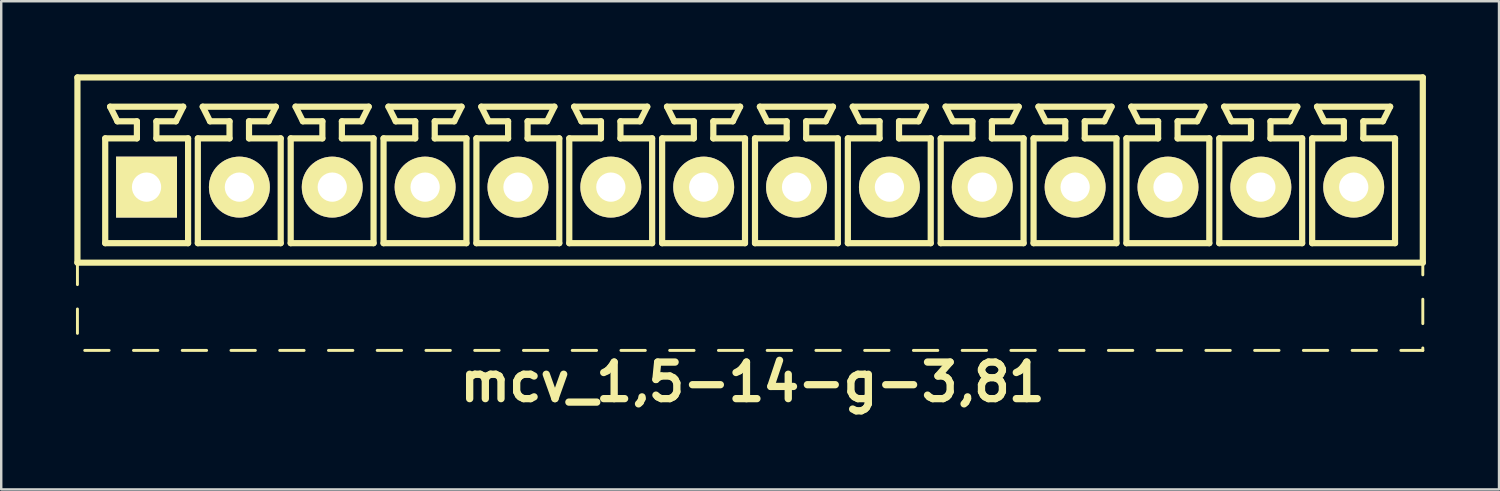
<source format=kicad_pcb>
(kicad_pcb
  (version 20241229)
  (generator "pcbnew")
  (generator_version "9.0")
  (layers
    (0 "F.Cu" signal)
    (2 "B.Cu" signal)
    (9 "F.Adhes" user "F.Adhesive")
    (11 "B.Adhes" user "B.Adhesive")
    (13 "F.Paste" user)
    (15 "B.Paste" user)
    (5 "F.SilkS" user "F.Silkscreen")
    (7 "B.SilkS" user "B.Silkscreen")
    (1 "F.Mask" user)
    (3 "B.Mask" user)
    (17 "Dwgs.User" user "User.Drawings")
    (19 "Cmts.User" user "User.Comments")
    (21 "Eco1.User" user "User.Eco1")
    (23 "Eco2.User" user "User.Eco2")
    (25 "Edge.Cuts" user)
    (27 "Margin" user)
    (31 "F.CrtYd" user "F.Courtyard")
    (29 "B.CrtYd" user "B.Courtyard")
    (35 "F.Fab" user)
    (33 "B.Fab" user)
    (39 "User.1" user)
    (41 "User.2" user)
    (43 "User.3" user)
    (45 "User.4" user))
  (footprint "mcv_1,5-14-g-3,81"
    (layer "F.Cu")
    (at 27.727 4.627)
    (property "Reference" "mcv_1,5-14-g-3,81" (at 0.1 8 0) (layer "F.SilkS") (effects (font (size 1.5 1.5) (thickness 0.3))))
    (attr through_hole)
    (fp_line (start -27.6 -4.5) (end -27.6 3.1) (stroke (width 0.254) (type solid)) (layer "F.SilkS"))
    (fp_line (start -27.6 -4.5) (end 27.6 -4.5) (stroke (width 0.254) (type solid)) (layer "F.SilkS"))
    (fp_line (start -27.6 3.1) (end -27.6 4) (stroke (width 0.12) (type solid)) (layer "F.SilkS"))
    (fp_line (start -27.6 3.1) (end 27.6 3.1) (stroke (width 0.254) (type solid)) (layer "F.SilkS"))
    (fp_line (start -27.6 5) (end -27.6 6) (stroke (width 0.12) (type solid)) (layer "F.SilkS"))
    (fp_line (start -27.3 6.7) (end -26.3 6.7) (stroke (width 0.12) (type solid)) (layer "F.SilkS"))
    (fp_line (start -26.46 -2) (end -25.16 -2) (stroke (width 0.254) (type solid)) (layer "F.SilkS"))
    (fp_line (start -26.46 2.3) (end -26.46 -2) (stroke (width 0.254) (type solid)) (layer "F.SilkS"))
    (fp_line (start -26.26 -3.3) (end -23.26 -3.3) (stroke (width 0.254) (type solid)) (layer "F.SilkS"))
    (fp_line (start -25.96 -2.7) (end -26.26 -3.3) (stroke (width 0.254) (type solid)) (layer "F.SilkS"))
    (fp_line (start -25.3 6.7) (end -24.3 6.7) (stroke (width 0.12) (type solid)) (layer "F.SilkS"))
    (fp_line (start -25.16 -2.7) (end -25.96 -2.7) (stroke (width 0.254) (type solid)) (layer "F.SilkS"))
    (fp_line (start -25.16 -2) (end -25.16 -2.7) (stroke (width 0.254) (type solid)) (layer "F.SilkS"))
    (fp_line (start -24.36 -2.7) (end -24.36 -2) (stroke (width 0.254) (type solid)) (layer "F.SilkS"))
    (fp_line (start -24.36 -2) (end -23.06 -2) (stroke (width 0.254) (type solid)) (layer "F.SilkS"))
    (fp_line (start -23.56 -2.7) (end -24.36 -2.7) (stroke (width 0.254) (type solid)) (layer "F.SilkS"))
    (fp_line (start -23.56 -2.7) (end -23.26 -3.3) (stroke (width 0.254) (type solid)) (layer "F.SilkS"))
    (fp_line (start -23.3 6.7) (end -22.3 6.7) (stroke (width 0.12) (type solid)) (layer "F.SilkS"))
    (fp_line (start -23.06 -2) (end -23.06 2.3) (stroke (width 0.254) (type solid)) (layer "F.SilkS"))
    (fp_line (start -23.06 2.3) (end -26.46 2.3) (stroke (width 0.254) (type solid)) (layer "F.SilkS"))
    (fp_line (start -22.66 -2) (end -21.36 -2) (stroke (width 0.254) (type solid)) (layer "F.SilkS"))
    (fp_line (start -22.66 2.3) (end -22.66 -2) (stroke (width 0.254) (type solid)) (layer "F.SilkS"))
    (fp_line (start -22.46 -3.3) (end -19.46 -3.3) (stroke (width 0.254) (type solid)) (layer "F.SilkS"))
    (fp_line (start -22.16 -2.7) (end -22.46 -3.3) (stroke (width 0.254) (type solid)) (layer "F.SilkS"))
    (fp_line (start -21.36 -2.7) (end -22.16 -2.7) (stroke (width 0.254) (type solid)) (layer "F.SilkS"))
    (fp_line (start -21.36 -2) (end -21.36 -2.7) (stroke (width 0.254) (type solid)) (layer "F.SilkS"))
    (fp_line (start -21.3 6.7) (end -20.3 6.7) (stroke (width 0.12) (type solid)) (layer "F.SilkS"))
    (fp_line (start -20.56 -2.7) (end -20.56 -2) (stroke (width 0.254) (type solid)) (layer "F.SilkS"))
    (fp_line (start -20.56 -2) (end -19.26 -2) (stroke (width 0.254) (type solid)) (layer "F.SilkS"))
    (fp_line (start -19.76 -2.7) (end -20.56 -2.7) (stroke (width 0.254) (type solid)) (layer "F.SilkS"))
    (fp_line (start -19.76 -2.7) (end -19.46 -3.3) (stroke (width 0.254) (type solid)) (layer "F.SilkS"))
    (fp_line (start -19.3 6.7) (end -18.3 6.7) (stroke (width 0.12) (type solid)) (layer "F.SilkS"))
    (fp_line (start -19.26 -2) (end -19.26 2.3) (stroke (width 0.254) (type solid)) (layer "F.SilkS"))
    (fp_line (start -19.26 2.3) (end -22.66 2.3) (stroke (width 0.254) (type solid)) (layer "F.SilkS"))
    (fp_line (start -18.85 -2) (end -17.55 -2) (stroke (width 0.254) (type solid)) (layer "F.SilkS"))
    (fp_line (start -18.85 2.3) (end -18.85 -2) (stroke (width 0.254) (type solid)) (layer "F.SilkS"))
    (fp_line (start -18.65 -3.3) (end -15.65 -3.3) (stroke (width 0.254) (type solid)) (layer "F.SilkS"))
    (fp_line (start -18.35 -2.7) (end -18.65 -3.3) (stroke (width 0.254) (type solid)) (layer "F.SilkS"))
    (fp_line (start -17.55 -2.7) (end -18.35 -2.7) (stroke (width 0.254) (type solid)) (layer "F.SilkS"))
    (fp_line (start -17.55 -2) (end -17.55 -2.7) (stroke (width 0.254) (type solid)) (layer "F.SilkS"))
    (fp_line (start -17.3 6.7) (end -16.3 6.7) (stroke (width 0.12) (type solid)) (layer "F.SilkS"))
    (fp_line (start -16.75 -2.7) (end -16.75 -2) (stroke (width 0.254) (type solid)) (layer "F.SilkS"))
    (fp_line (start -16.75 -2) (end -15.45 -2) (stroke (width 0.254) (type solid)) (layer "F.SilkS"))
    (fp_line (start -15.95 -2.7) (end -16.75 -2.7) (stroke (width 0.254) (type solid)) (layer "F.SilkS"))
    (fp_line (start -15.95 -2.7) (end -15.65 -3.3) (stroke (width 0.254) (type solid)) (layer "F.SilkS"))
    (fp_line (start -15.45 -2) (end -15.45 2.3) (stroke (width 0.254) (type solid)) (layer "F.SilkS"))
    (fp_line (start -15.45 2.3) (end -18.85 2.3) (stroke (width 0.254) (type solid)) (layer "F.SilkS"))
    (fp_line (start -15.3 6.7) (end -14.3 6.7) (stroke (width 0.12) (type solid)) (layer "F.SilkS"))
    (fp_line (start -15.04 -2) (end -13.74 -2) (stroke (width 0.254) (type solid)) (layer "F.SilkS"))
    (fp_line (start -15.04 2.3) (end -15.04 -2) (stroke (width 0.254) (type solid)) (layer "F.SilkS"))
    (fp_line (start -14.84 -3.3) (end -11.84 -3.3) (stroke (width 0.254) (type solid)) (layer "F.SilkS"))
    (fp_line (start -14.54 -2.7) (end -14.84 -3.3) (stroke (width 0.254) (type solid)) (layer "F.SilkS"))
    (fp_line (start -13.74 -2.7) (end -14.54 -2.7) (stroke (width 0.254) (type solid)) (layer "F.SilkS"))
    (fp_line (start -13.74 -2) (end -13.74 -2.7) (stroke (width 0.254) (type solid)) (layer "F.SilkS"))
    (fp_line (start -13.3 6.7) (end -12.3 6.7) (stroke (width 0.12) (type solid)) (layer "F.SilkS"))
    (fp_line (start -12.94 -2.7) (end -12.94 -2) (stroke (width 0.254) (type solid)) (layer "F.SilkS"))
    (fp_line (start -12.94 -2) (end -11.64 -2) (stroke (width 0.254) (type solid)) (layer "F.SilkS"))
    (fp_line (start -12.14 -2.7) (end -12.94 -2.7) (stroke (width 0.254) (type solid)) (layer "F.SilkS"))
    (fp_line (start -12.14 -2.7) (end -11.84 -3.3) (stroke (width 0.254) (type solid)) (layer "F.SilkS"))
    (fp_line (start -11.64 -2) (end -11.64 2.3) (stroke (width 0.254) (type solid)) (layer "F.SilkS"))
    (fp_line (start -11.64 2.3) (end -15.04 2.3) (stroke (width 0.254) (type solid)) (layer "F.SilkS"))
    (fp_line (start -11.3 6.7) (end -10.3 6.7) (stroke (width 0.12) (type solid)) (layer "F.SilkS"))
    (fp_line (start -11.23 -2) (end -9.93 -2) (stroke (width 0.254) (type solid)) (layer "F.SilkS"))
    (fp_line (start -11.23 2.3) (end -11.23 -2) (stroke (width 0.254) (type solid)) (layer "F.SilkS"))
    (fp_line (start -11.03 -3.3) (end -8.03 -3.3) (stroke (width 0.254) (type solid)) (layer "F.SilkS"))
    (fp_line (start -10.73 -2.7) (end -11.03 -3.3) (stroke (width 0.254) (type solid)) (layer "F.SilkS"))
    (fp_line (start -9.93 -2.7) (end -10.73 -2.7) (stroke (width 0.254) (type solid)) (layer "F.SilkS"))
    (fp_line (start -9.93 -2) (end -9.93 -2.7) (stroke (width 0.254) (type solid)) (layer "F.SilkS"))
    (fp_line (start -9.3 6.7) (end -8.3 6.7) (stroke (width 0.12) (type solid)) (layer "F.SilkS"))
    (fp_line (start -9.13 -2.7) (end -9.13 -2) (stroke (width 0.254) (type solid)) (layer "F.SilkS"))
    (fp_line (start -9.13 -2) (end -7.83 -2) (stroke (width 0.254) (type solid)) (layer "F.SilkS"))
    (fp_line (start -8.33 -2.7) (end -9.13 -2.7) (stroke (width 0.254) (type solid)) (layer "F.SilkS"))
    (fp_line (start -8.33 -2.7) (end -8.03 -3.3) (stroke (width 0.254) (type solid)) (layer "F.SilkS"))
    (fp_line (start -7.83 -2) (end -7.83 2.3) (stroke (width 0.254) (type solid)) (layer "F.SilkS"))
    (fp_line (start -7.83 2.3) (end -11.23 2.3) (stroke (width 0.254) (type solid)) (layer "F.SilkS"))
    (fp_line (start -7.42 -2) (end -6.12 -2) (stroke (width 0.254) (type solid)) (layer "F.SilkS"))
    (fp_line (start -7.42 2.3) (end -7.42 -2) (stroke (width 0.254) (type solid)) (layer "F.SilkS"))
    (fp_line (start -7.3 6.7) (end -6.3 6.7) (stroke (width 0.12) (type solid)) (layer "F.SilkS"))
    (fp_line (start -7.22 -3.3) (end -4.22 -3.3) (stroke (width 0.254) (type solid)) (layer "F.SilkS"))
    (fp_line (start -6.92 -2.7) (end -7.22 -3.3) (stroke (width 0.254) (type solid)) (layer "F.SilkS"))
    (fp_line (start -6.12 -2.7) (end -6.92 -2.7) (stroke (width 0.254) (type solid)) (layer "F.SilkS"))
    (fp_line (start -6.12 -2) (end -6.12 -2.7) (stroke (width 0.254) (type solid)) (layer "F.SilkS"))
    (fp_line (start -5.32 -2.7) (end -5.32 -2) (stroke (width 0.254) (type solid)) (layer "F.SilkS"))
    (fp_line (start -5.32 -2) (end -4.02 -2) (stroke (width 0.254) (type solid)) (layer "F.SilkS"))
    (fp_line (start -5.3 6.7) (end -4.3 6.7) (stroke (width 0.12) (type solid)) (layer "F.SilkS"))
    (fp_line (start -4.52 -2.7) (end -5.32 -2.7) (stroke (width 0.254) (type solid)) (layer "F.SilkS"))
    (fp_line (start -4.52 -2.7) (end -4.22 -3.3) (stroke (width 0.254) (type solid)) (layer "F.SilkS"))
    (fp_line (start -4.02 -2) (end -4.02 2.3) (stroke (width 0.254) (type solid)) (layer "F.SilkS"))
    (fp_line (start -4.02 2.3) (end -7.42 2.3) (stroke (width 0.254) (type solid)) (layer "F.SilkS"))
    (fp_line (start -3.61 -2) (end -2.31 -2) (stroke (width 0.254) (type solid)) (layer "F.SilkS"))
    (fp_line (start -3.61 2.3) (end -3.61 -2) (stroke (width 0.254) (type solid)) (layer "F.SilkS"))
    (fp_line (start -3.41 -3.3) (end -0.41 -3.3) (stroke (width 0.254) (type solid)) (layer "F.SilkS"))
    (fp_line (start -3.3 6.7) (end -2.3 6.7) (stroke (width 0.12) (type solid)) (layer "F.SilkS"))
    (fp_line (start -3.11 -2.7) (end -3.41 -3.3) (stroke (width 0.254) (type solid)) (layer "F.SilkS"))
    (fp_line (start -2.31 -2.7) (end -3.11 -2.7) (stroke (width 0.254) (type solid)) (layer "F.SilkS"))
    (fp_line (start -2.31 -2) (end -2.31 -2.7) (stroke (width 0.254) (type solid)) (layer "F.SilkS"))
    (fp_line (start -1.51 -2.7) (end -1.51 -2) (stroke (width 0.254) (type solid)) (layer "F.SilkS"))
    (fp_line (start -1.51 -2) (end -0.21 -2) (stroke (width 0.254) (type solid)) (layer "F.SilkS"))
    (fp_line (start -1.3 6.7) (end -0.3 6.7) (stroke (width 0.12) (type solid)) (layer "F.SilkS"))
    (fp_line (start -0.71 -2.7) (end -1.51 -2.7) (stroke (width 0.254) (type solid)) (layer "F.SilkS"))
    (fp_line (start -0.71 -2.7) (end -0.41 -3.3) (stroke (width 0.254) (type solid)) (layer "F.SilkS"))
    (fp_line (start -0.21 -2) (end -0.21 2.3) (stroke (width 0.254) (type solid)) (layer "F.SilkS"))
    (fp_line (start -0.21 2.3) (end -3.61 2.3) (stroke (width 0.254) (type solid)) (layer "F.SilkS"))
    (fp_line (start 0.2 -2) (end 1.5 -2) (stroke (width 0.254) (type solid)) (layer "F.SilkS"))
    (fp_line (start 0.2 2.3) (end 0.2 -2) (stroke (width 0.254) (type solid)) (layer "F.SilkS"))
    (fp_line (start 0.4 -3.3) (end 3.4 -3.3) (stroke (width 0.254) (type solid)) (layer "F.SilkS"))
    (fp_line (start 0.7 -2.7) (end 0.4 -3.3) (stroke (width 0.254) (type solid)) (layer "F.SilkS"))
    (fp_line (start 0.7 6.7) (end 1.7 6.7) (stroke (width 0.12) (type solid)) (layer "F.SilkS"))
    (fp_line (start 1.5 -2.7) (end 0.7 -2.7) (stroke (width 0.254) (type solid)) (layer "F.SilkS"))
    (fp_line (start 1.5 -2) (end 1.5 -2.7) (stroke (width 0.254) (type solid)) (layer "F.SilkS"))
    (fp_line (start 2.3 -2.7) (end 2.3 -2) (stroke (width 0.254) (type solid)) (layer "F.SilkS"))
    (fp_line (start 2.3 -2) (end 3.6 -2) (stroke (width 0.254) (type solid)) (layer "F.SilkS"))
    (fp_line (start 2.7 6.7) (end 3.7 6.7) (stroke (width 0.12) (type solid)) (layer "F.SilkS"))
    (fp_line (start 3.1 -2.7) (end 2.3 -2.7) (stroke (width 0.254) (type solid)) (layer "F.SilkS"))
    (fp_line (start 3.1 -2.7) (end 3.4 -3.3) (stroke (width 0.254) (type solid)) (layer "F.SilkS"))
    (fp_line (start 3.6 -2) (end 3.6 2.3) (stroke (width 0.254) (type solid)) (layer "F.SilkS"))
    (fp_line (start 3.6 2.3) (end 0.2 2.3) (stroke (width 0.254) (type solid)) (layer "F.SilkS"))
    (fp_line (start 4.01 -2) (end 5.31 -2) (stroke (width 0.254) (type solid)) (layer "F.SilkS"))
    (fp_line (start 4.01 2.3) (end 4.01 -2) (stroke (width 0.254) (type solid)) (layer "F.SilkS"))
    (fp_line (start 4.21 -3.3) (end 7.21 -3.3) (stroke (width 0.254) (type solid)) (layer "F.SilkS"))
    (fp_line (start 4.51 -2.7) (end 4.21 -3.3) (stroke (width 0.254) (type solid)) (layer "F.SilkS"))
    (fp_line (start 4.7 6.7) (end 5.7 6.7) (stroke (width 0.12) (type solid)) (layer "F.SilkS"))
    (fp_line (start 5.31 -2.7) (end 4.51 -2.7) (stroke (width 0.254) (type solid)) (layer "F.SilkS"))
    (fp_line (start 5.31 -2) (end 5.31 -2.7) (stroke (width 0.254) (type solid)) (layer "F.SilkS"))
    (fp_line (start 6.11 -2.7) (end 6.11 -2) (stroke (width 0.254) (type solid)) (layer "F.SilkS"))
    (fp_line (start 6.11 -2) (end 7.41 -2) (stroke (width 0.254) (type solid)) (layer "F.SilkS"))
    (fp_line (start 6.7 6.7) (end 7.7 6.7) (stroke (width 0.12) (type solid)) (layer "F.SilkS"))
    (fp_line (start 6.91 -2.7) (end 6.11 -2.7) (stroke (width 0.254) (type solid)) (layer "F.SilkS"))
    (fp_line (start 6.91 -2.7) (end 7.21 -3.3) (stroke (width 0.254) (type solid)) (layer "F.SilkS"))
    (fp_line (start 7.41 -2) (end 7.41 2.3) (stroke (width 0.254) (type solid)) (layer "F.SilkS"))
    (fp_line (start 7.41 2.3) (end 4.01 2.3) (stroke (width 0.254) (type solid)) (layer "F.SilkS"))
    (fp_line (start 7.82 -2) (end 9.12 -2) (stroke (width 0.254) (type solid)) (layer "F.SilkS"))
    (fp_line (start 7.82 2.3) (end 7.82 -2) (stroke (width 0.254) (type solid)) (layer "F.SilkS"))
    (fp_line (start 8.02 -3.3) (end 11.02 -3.3) (stroke (width 0.254) (type solid)) (layer "F.SilkS"))
    (fp_line (start 8.32 -2.7) (end 8.02 -3.3) (stroke (width 0.254) (type solid)) (layer "F.SilkS"))
    (fp_line (start 8.7 6.7) (end 9.7 6.7) (stroke (width 0.12) (type solid)) (layer "F.SilkS"))
    (fp_line (start 9.12 -2.7) (end 8.32 -2.7) (stroke (width 0.254) (type solid)) (layer "F.SilkS"))
    (fp_line (start 9.12 -2) (end 9.12 -2.7) (stroke (width 0.254) (type solid)) (layer "F.SilkS"))
    (fp_line (start 9.92 -2.7) (end 9.92 -2) (stroke (width 0.254) (type solid)) (layer "F.SilkS"))
    (fp_line (start 9.92 -2) (end 11.22 -2) (stroke (width 0.254) (type solid)) (layer "F.SilkS"))
    (fp_line (start 10.7 6.7) (end 11.7 6.7) (stroke (width 0.12) (type solid)) (layer "F.SilkS"))
    (fp_line (start 10.72 -2.7) (end 9.92 -2.7) (stroke (width 0.254) (type solid)) (layer "F.SilkS"))
    (fp_line (start 10.72 -2.7) (end 11.02 -3.3) (stroke (width 0.254) (type solid)) (layer "F.SilkS"))
    (fp_line (start 11.22 -2) (end 11.22 2.3) (stroke (width 0.254) (type solid)) (layer "F.SilkS"))
    (fp_line (start 11.22 2.3) (end 7.82 2.3) (stroke (width 0.254) (type solid)) (layer "F.SilkS"))
    (fp_line (start 11.63 -2) (end 12.93 -2) (stroke (width 0.254) (type solid)) (layer "F.SilkS"))
    (fp_line (start 11.63 2.3) (end 11.63 -2) (stroke (width 0.254) (type solid)) (layer "F.SilkS"))
    (fp_line (start 11.83 -3.3) (end 14.83 -3.3) (stroke (width 0.254) (type solid)) (layer "F.SilkS"))
    (fp_line (start 12.13 -2.7) (end 11.83 -3.3) (stroke (width 0.254) (type solid)) (layer "F.SilkS"))
    (fp_line (start 12.7 6.7) (end 13.7 6.7) (stroke (width 0.12) (type solid)) (layer "F.SilkS"))
    (fp_line (start 12.93 -2.7) (end 12.13 -2.7) (stroke (width 0.254) (type solid)) (layer "F.SilkS"))
    (fp_line (start 12.93 -2) (end 12.93 -2.7) (stroke (width 0.254) (type solid)) (layer "F.SilkS"))
    (fp_line (start 13.73 -2.7) (end 13.73 -2) (stroke (width 0.254) (type solid)) (layer "F.SilkS"))
    (fp_line (start 13.73 -2) (end 15.03 -2) (stroke (width 0.254) (type solid)) (layer "F.SilkS"))
    (fp_line (start 14.53 -2.7) (end 13.73 -2.7) (stroke (width 0.254) (type solid)) (layer "F.SilkS"))
    (fp_line (start 14.53 -2.7) (end 14.83 -3.3) (stroke (width 0.254) (type solid)) (layer "F.SilkS"))
    (fp_line (start 14.7 6.7) (end 15.7 6.7) (stroke (width 0.12) (type solid)) (layer "F.SilkS"))
    (fp_line (start 15.03 -2) (end 15.03 2.3) (stroke (width 0.254) (type solid)) (layer "F.SilkS"))
    (fp_line (start 15.03 2.3) (end 11.63 2.3) (stroke (width 0.254) (type solid)) (layer "F.SilkS"))
    (fp_line (start 15.44 -2) (end 16.74 -2) (stroke (width 0.254) (type solid)) (layer "F.SilkS"))
    (fp_line (start 15.44 2.3) (end 15.44 -2) (stroke (width 0.254) (type solid)) (layer "F.SilkS"))
    (fp_line (start 15.64 -3.3) (end 18.64 -3.3) (stroke (width 0.254) (type solid)) (layer "F.SilkS"))
    (fp_line (start 15.94 -2.7) (end 15.64 -3.3) (stroke (width 0.254) (type solid)) (layer "F.SilkS"))
    (fp_line (start 16.7 6.7) (end 17.7 6.7) (stroke (width 0.12) (type solid)) (layer "F.SilkS"))
    (fp_line (start 16.74 -2.7) (end 15.94 -2.7) (stroke (width 0.254) (type solid)) (layer "F.SilkS"))
    (fp_line (start 16.74 -2) (end 16.74 -2.7) (stroke (width 0.254) (type solid)) (layer "F.SilkS"))
    (fp_line (start 17.54 -2.7) (end 17.54 -2) (stroke (width 0.254) (type solid)) (layer "F.SilkS"))
    (fp_line (start 17.54 -2) (end 18.84 -2) (stroke (width 0.254) (type solid)) (layer "F.SilkS"))
    (fp_line (start 18.34 -2.7) (end 17.54 -2.7) (stroke (width 0.254) (type solid)) (layer "F.SilkS"))
    (fp_line (start 18.34 -2.7) (end 18.64 -3.3) (stroke (width 0.254) (type solid)) (layer "F.SilkS"))
    (fp_line (start 18.7 6.7) (end 19.7 6.7) (stroke (width 0.12) (type solid)) (layer "F.SilkS"))
    (fp_line (start 18.84 -2) (end 18.84 2.3) (stroke (width 0.254) (type solid)) (layer "F.SilkS"))
    (fp_line (start 18.84 2.3) (end 15.44 2.3) (stroke (width 0.254) (type solid)) (layer "F.SilkS"))
    (fp_line (start 19.25 -2) (end 20.55 -2) (stroke (width 0.254) (type solid)) (layer "F.SilkS"))
    (fp_line (start 19.25 2.3) (end 19.25 -2) (stroke (width 0.254) (type solid)) (layer "F.SilkS"))
    (fp_line (start 19.45 -3.3) (end 22.45 -3.3) (stroke (width 0.254) (type solid)) (layer "F.SilkS"))
    (fp_line (start 19.75 -2.7) (end 19.45 -3.3) (stroke (width 0.254) (type solid)) (layer "F.SilkS"))
    (fp_line (start 20.55 -2.7) (end 19.75 -2.7) (stroke (width 0.254) (type solid)) (layer "F.SilkS"))
    (fp_line (start 20.55 -2) (end 20.55 -2.7) (stroke (width 0.254) (type solid)) (layer "F.SilkS"))
    (fp_line (start 20.7 6.7) (end 21.7 6.7) (stroke (width 0.12) (type solid)) (layer "F.SilkS"))
    (fp_line (start 21.35 -2.7) (end 21.35 -2) (stroke (width 0.254) (type solid)) (layer "F.SilkS"))
    (fp_line (start 21.35 -2) (end 22.65 -2) (stroke (width 0.254) (type solid)) (layer "F.SilkS"))
    (fp_line (start 22.15 -2.7) (end 21.35 -2.7) (stroke (width 0.254) (type solid)) (layer "F.SilkS"))
    (fp_line (start 22.15 -2.7) (end 22.45 -3.3) (stroke (width 0.254) (type solid)) (layer "F.SilkS"))
    (fp_line (start 22.65 -2) (end 22.65 2.3) (stroke (width 0.254) (type solid)) (layer "F.SilkS"))
    (fp_line (start 22.65 2.3) (end 19.25 2.3) (stroke (width 0.254) (type solid)) (layer "F.SilkS"))
    (fp_line (start 22.7 6.7) (end 23.7 6.7) (stroke (width 0.12) (type solid)) (layer "F.SilkS"))
    (fp_line (start 23.06 -2) (end 24.36 -2) (stroke (width 0.254) (type solid)) (layer "F.SilkS"))
    (fp_line (start 23.06 2.3) (end 23.06 -2) (stroke (width 0.254) (type solid)) (layer "F.SilkS"))
    (fp_line (start 23.26 -3.3) (end 26.26 -3.3) (stroke (width 0.254) (type solid)) (layer "F.SilkS"))
    (fp_line (start 23.56 -2.7) (end 23.26 -3.3) (stroke (width 0.254) (type solid)) (layer "F.SilkS"))
    (fp_line (start 24.36 -2.7) (end 23.56 -2.7) (stroke (width 0.254) (type solid)) (layer "F.SilkS"))
    (fp_line (start 24.36 -2) (end 24.36 -2.7) (stroke (width 0.254) (type solid)) (layer "F.SilkS"))
    (fp_line (start 24.7 6.7) (end 25.7 6.7) (stroke (width 0.12) (type solid)) (layer "F.SilkS"))
    (fp_line (start 25.16 -2.7) (end 25.16 -2) (stroke (width 0.254) (type solid)) (layer "F.SilkS"))
    (fp_line (start 25.16 -2) (end 26.46 -2) (stroke (width 0.254) (type solid)) (layer "F.SilkS"))
    (fp_line (start 25.96 -2.7) (end 25.16 -2.7) (stroke (width 0.254) (type solid)) (layer "F.SilkS"))
    (fp_line (start 25.96 -2.7) (end 26.26 -3.3) (stroke (width 0.254) (type solid)) (layer "F.SilkS"))
    (fp_line (start 26.46 -2) (end 26.46 2.3) (stroke (width 0.254) (type solid)) (layer "F.SilkS"))
    (fp_line (start 26.46 2.3) (end 23.06 2.3) (stroke (width 0.254) (type solid)) (layer "F.SilkS"))
    (fp_line (start 26.7 6.7) (end 27.6 6.7) (stroke (width 0.12) (type solid)) (layer "F.SilkS"))
    (fp_line (start 27.6 -4.5) (end 27.6 3.1) (stroke (width 0.254) (type solid)) (layer "F.SilkS"))
    (fp_line (start 27.6 3.6) (end 27.6 3.1) (stroke (width 0.12) (type solid)) (layer "F.SilkS"))
    (fp_line (start 27.6 5.6) (end 27.6 4.6) (stroke (width 0.12) (type solid)) (layer "F.SilkS"))
    (fp_line (start 27.6 6.7) (end 27.6 6.6) (stroke (width 0.12) (type solid)) (layer "F.SilkS"))
    (pad "1" thru_hole rect (at -24.765 0) (size 2.5 2.5) (drill 1.2) (layers "*.Cu" "*.Mask" "F.SilkS"))
    (pad "2" thru_hole circle (at -20.955 0) (size 2.5 2.5) (drill 1.2) (layers "*.Cu" "*.Mask" "F.SilkS"))
    (pad "3" thru_hole circle (at -17.145 0) (size 2.5 2.5) (drill 1.2) (layers "*.Cu" "*.Mask" "F.SilkS"))
    (pad "4" thru_hole circle (at -13.335 0) (size 2.5 2.5) (drill 1.2) (layers "*.Cu" "*.Mask" "F.SilkS"))
    (pad "5" thru_hole circle (at -9.525 0) (size 2.5 2.5) (drill 1.2) (layers "*.Cu" "*.Mask" "F.SilkS"))
    (pad "6" thru_hole circle (at -5.715 0) (size 2.5 2.5) (drill 1.2) (layers "*.Cu" "*.Mask" "F.SilkS"))
    (pad "7" thru_hole circle (at -1.905 0) (size 2.5 2.5) (drill 1.2) (layers "*.Cu" "*.Mask" "F.SilkS"))
    (pad "8" thru_hole circle (at 1.905 0) (size 2.5 2.5) (drill 1.2) (layers "*.Cu" "*.Mask" "F.SilkS"))
    (pad "9" thru_hole circle (at 5.715 0) (size 2.5 2.5) (drill 1.2) (layers "*.Cu" "*.Mask" "F.SilkS"))
    (pad "10" thru_hole circle (at 9.525 0) (size 2.5 2.5) (drill 1.2) (layers "*.Cu" "*.Mask" "F.SilkS"))
    (pad "11" thru_hole circle (at 13.335 0) (size 2.5 2.5) (drill 1.2) (layers "*.Cu" "*.Mask" "F.SilkS"))
    (pad "12" thru_hole circle (at 17.145 0) (size 2.5 2.5) (drill 1.2) (layers "*.Cu" "*.Mask" "F.SilkS"))
    (pad "13" thru_hole circle (at 20.955 0) (size 2.5 2.5) (drill 1.2) (layers "*.Cu" "*.Mask" "F.SilkS"))
    (pad "14" thru_hole circle (at 24.765 0) (size 2.5 2.5) (drill 1.2) (layers "*.Cu" "*.Mask" "F.SilkS")))
  (gr_rect
    (start -3 -3)
    (end 58.454 17.031)
    (stroke (width 0.1) (type default))
    (fill no)
    (layer "Edge.Cuts")))
</source>
